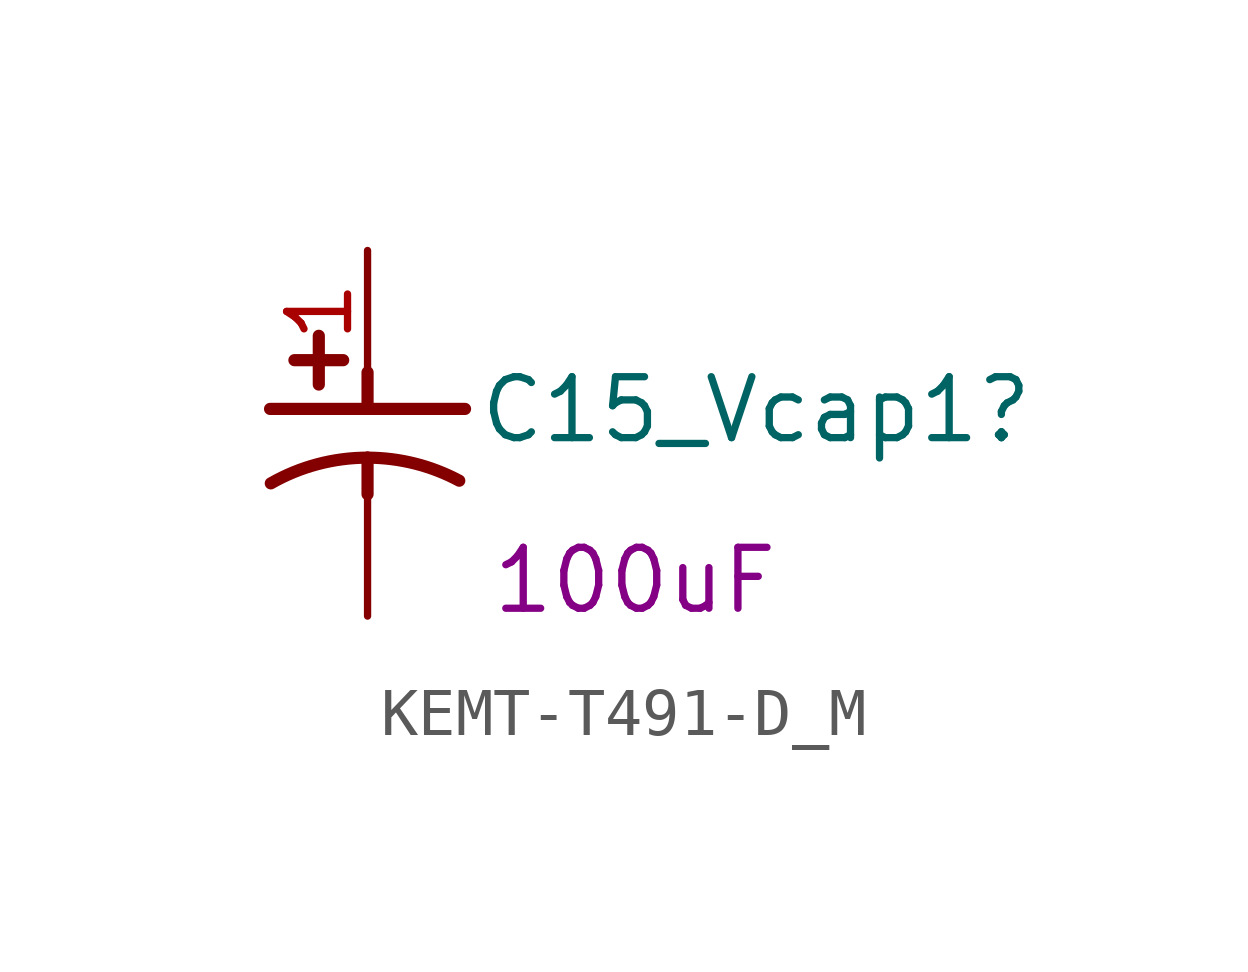
<source format=kicad_sym>
(kicad_symbol_lib
  (version 20241209)
  (generator "kicad_symbol_editor")
  (generator_version "9.0")
  (symbol "KEMT-T491-D_M"
    (property "Reference" "C15_Vcap1"
      (at 2.286 -4.064 0)
      (effects (font (size 1.27 1.27)) (justify left bottom)))
    (property "CAPACITANCE" "100uF"
      (at 2.54 -7.62 0)
      (effects (font (size 1.27 1.27)) (justify left bottom)))
    (symbol "KEMT-T491-D_M_1_0"
      (polyline (pts (xy -2.032 -3.302) (xy 2.032 -3.302)) (stroke (width 0.254) (type default)) (fill (type none)))
      (polyline (pts (xy -1.524 -2.286) (xy -0.508 -2.286)) (stroke (width 0.254) (type default)) (fill (type none)))
      (polyline (pts (xy -1.016 -1.778) (xy -1.016 -2.794)) (stroke (width 0.254) (type default)) (fill (type none)))
      (arc (start 0 -4.318) (mid 0.9856 -4.4394) (end 1.9124 -4.7961) (stroke (width 0.254) (type default)) (fill (type none)))
      (arc (start -2.0163 -4.8535) (mid -1.0431 -4.4541) (end 0 -4.318) (stroke (width 0.254) (type default)) (fill (type none)))
      (polyline (pts (xy 0 -2.54) (xy 0 -3.302)) (stroke (width 0.254) (type default)) (fill (type none)))
      (polyline (pts (xy 0 -4.318) (xy 0 -5.08)) (stroke (width 0.254) (type default)) (fill (type none)))
      (pin passive line (at 0 0 270) (length 2.54) (name "1" (effects (font (size 0 0)))) (number "1" (effects (font (size 1.27 1.27)))))
      (pin passive line (at 0 -7.62 90) (length 2.54) (name "2" (effects (font (size 0 0)))) (number "2" (effects (font (size 0 0))))))))
</source>
